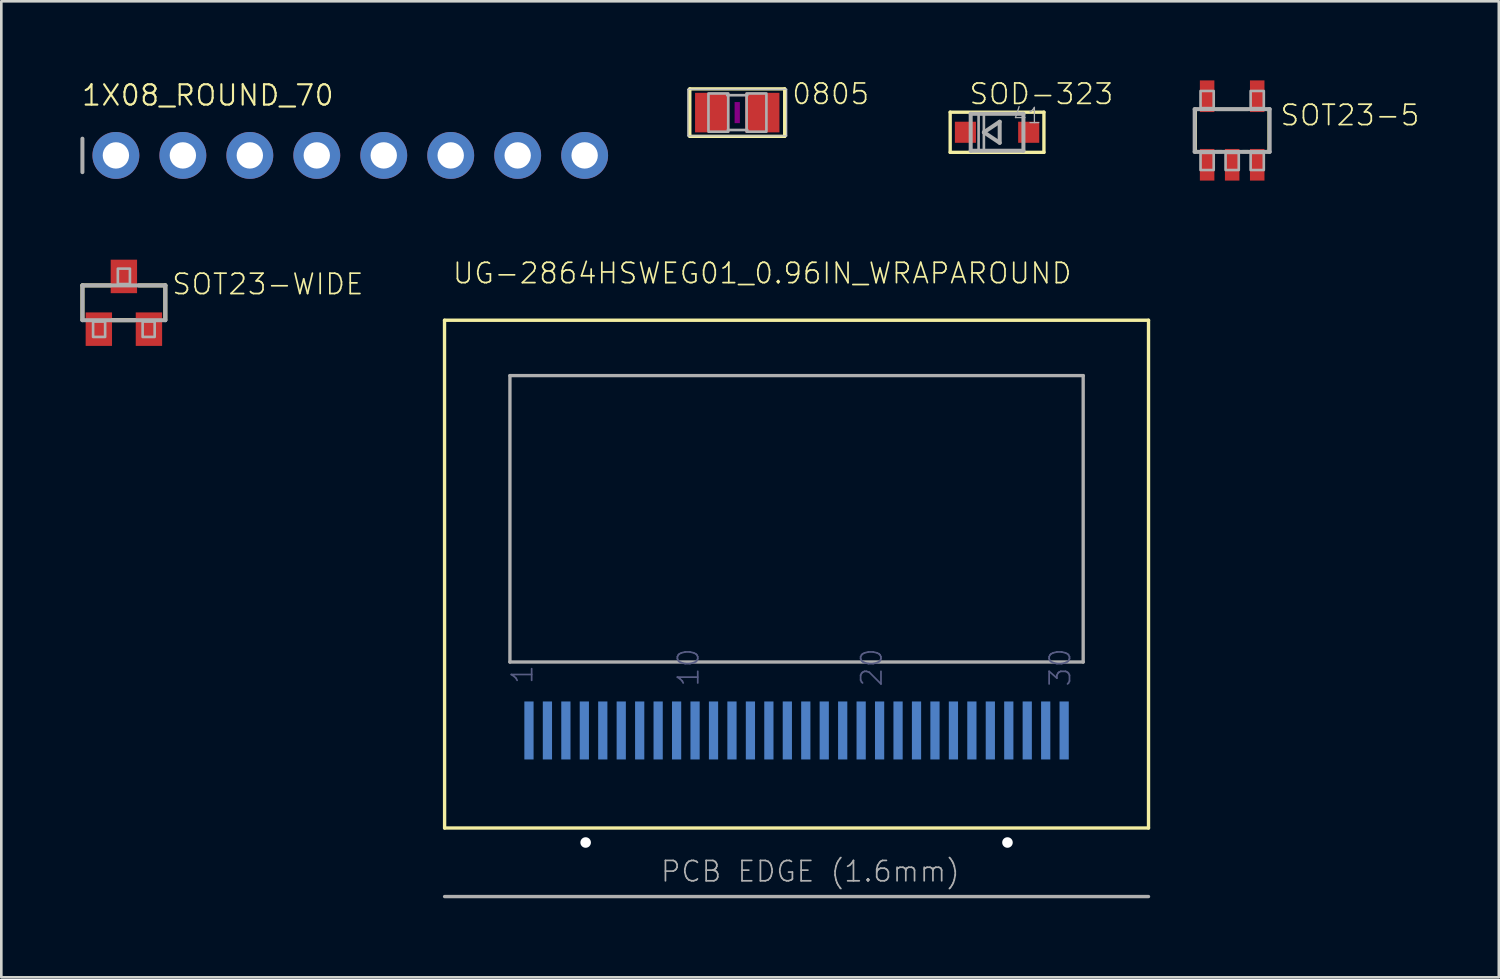
<source format=kicad_pcb>
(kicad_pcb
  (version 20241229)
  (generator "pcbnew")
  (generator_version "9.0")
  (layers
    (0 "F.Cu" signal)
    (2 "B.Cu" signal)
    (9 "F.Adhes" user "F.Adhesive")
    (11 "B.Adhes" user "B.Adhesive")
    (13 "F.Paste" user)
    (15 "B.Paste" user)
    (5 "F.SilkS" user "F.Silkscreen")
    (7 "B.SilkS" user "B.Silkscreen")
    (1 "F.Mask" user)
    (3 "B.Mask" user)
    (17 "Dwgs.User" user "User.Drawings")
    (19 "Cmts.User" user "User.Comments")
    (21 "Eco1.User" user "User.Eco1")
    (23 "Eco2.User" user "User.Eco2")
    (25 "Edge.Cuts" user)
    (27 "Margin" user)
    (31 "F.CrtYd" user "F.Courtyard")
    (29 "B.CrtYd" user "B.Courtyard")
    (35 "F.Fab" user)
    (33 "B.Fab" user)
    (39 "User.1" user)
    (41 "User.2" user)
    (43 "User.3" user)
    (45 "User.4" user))
  (footprint "SOT23-5"
    (layer "F.Cu")
    (at 43.687 1.9)
    (property "Reference" "SOT23-5" (at 1.778 -0.127 0) (layer "F.SilkS") (effects (font (size 0.772 0.772) (thickness 0.065)) (justify left bottom)))
    (attr through_hole)
    (fp_line (start -1.4 -0.8) (end -1.4 0.8) (stroke (width 0.127) (type solid)) (layer "F.SilkS"))
    (fp_line (start -1.4 0.8) (end -1.3 0.8) (stroke (width 0.127) (type solid)) (layer "F.SilkS"))
    (fp_line (start -1.3 -0.8) (end -1.4 -0.8) (stroke (width 0.127) (type solid)) (layer "F.SilkS"))
    (fp_line (start -0.6 -0.8) (end 0.6 -0.8) (stroke (width 0.127) (type solid)) (layer "F.SilkS"))
    (fp_line (start -0.6 0.8) (end -0.4 0.8) (stroke (width 0.127) (type solid)) (layer "F.SilkS"))
    (fp_line (start 0.4 0.8) (end 0.6 0.8) (stroke (width 0.127) (type solid)) (layer "F.SilkS"))
    (fp_line (start 1.3 -0.8) (end 1.4 -0.8) (stroke (width 0.127) (type solid)) (layer "F.SilkS"))
    (fp_line (start 1.4 -0.8) (end 1.4 0.8) (stroke (width 0.127) (type solid)) (layer "F.SilkS"))
    (fp_line (start 1.4 0.8) (end 1.3 0.8) (stroke (width 0.127) (type solid)) (layer "F.SilkS"))
    (fp_line (start -1.422 -0.81) (end 1.422 -0.81) (stroke (width 0.152) (type solid)) (layer "F.Fab"))
    (fp_line (start -1.422 0.81) (end -1.422 -0.81) (stroke (width 0.152) (type solid)) (layer "F.Fab"))
    (fp_line (start 1.422 -0.81) (end 1.422 0.81) (stroke (width 0.152) (type solid)) (layer "F.Fab"))
    (fp_line (start 1.422 0.81) (end -1.422 0.81) (stroke (width 0.152) (type solid)) (layer "F.Fab"))
    (fp_poly (pts (xy -1.2 -0.85) (xy -0.7 -0.85) (xy -0.7 -1.5) (xy -1.2 -1.5)) (stroke (width 0.1) (type solid)) (fill no) (layer "F.Fab"))
    (fp_poly (pts (xy -1.2 1.5) (xy -0.7 1.5) (xy -0.7 0.85) (xy -1.2 0.85)) (stroke (width 0.1) (type solid)) (fill no) (layer "F.Fab"))
    (fp_poly (pts (xy -0.25 1.5) (xy 0.25 1.5) (xy 0.25 0.85) (xy -0.25 0.85)) (stroke (width 0.1) (type solid)) (fill no) (layer "F.Fab"))
    (fp_poly (pts (xy 0.7 -0.85) (xy 1.2 -0.85) (xy 1.2 -1.5) (xy 0.7 -1.5)) (stroke (width 0.1) (type solid)) (fill no) (layer "F.Fab"))
    (fp_poly (pts (xy 0.7 1.5) (xy 1.2 1.5) (xy 1.2 0.85) (xy 0.7 0.85)) (stroke (width 0.1) (type solid)) (fill no) (layer "F.Fab"))
    (pad "1" smd rect (at -0.95 1.3) (size 0.55 1.2) (layers "F.Cu" "F.Mask" "F.Paste"))
    (pad "2" smd rect (at 0 1.3) (size 0.55 1.2) (layers "F.Cu" "F.Mask" "F.Paste"))
    (pad "3" smd rect (at 0.95 1.3) (size 0.55 1.2) (layers "F.Cu" "F.Mask" "F.Paste"))
    (pad "4" smd rect (at 0.95 -1.3) (size 0.55 1.2) (layers "F.Cu" "F.Mask" "F.Paste"))
    (pad "5" smd rect (at -0.95 -1.3) (size 0.55 1.2) (layers "F.Cu" "F.Mask" "F.Paste")))
  (footprint "SOD-323"
    (layer "F.Cu")
    (at 34.769 1.967)
    (property "Reference" "SOD-323" (at -1.1 -1 0) (layer "F.SilkS") (effects (font (size 0.772 0.772) (thickness 0.065)) (justify left bottom)))
    (attr through_hole)
    (fp_line (start -1.778 -0.762) (end 1.778 -0.762) (stroke (width 0.127) (type solid)) (layer "F.SilkS"))
    (fp_line (start -1.778 0.762) (end -1.778 -0.762) (stroke (width 0.127) (type solid)) (layer "F.SilkS"))
    (fp_line (start 1.778 -0.762) (end 1.778 0.762) (stroke (width 0.127) (type solid)) (layer "F.SilkS"))
    (fp_line (start 1.778 0.762) (end -1.778 0.762) (stroke (width 0.127) (type solid)) (layer "F.SilkS"))
    (fp_line (start -1 -0.7) (end 1 -0.7) (stroke (width 0.152) (type solid)) (layer "F.Fab"))
    (fp_line (start -1 0.7) (end -1 -0.7) (stroke (width 0.152) (type solid)) (layer "F.Fab"))
    (fp_line (start -0.5 0) (end 0.1 -0.4) (stroke (width 0.152) (type solid)) (layer "F.Fab"))
    (fp_line (start 0.1 -0.4) (end 0.1 0.4) (stroke (width 0.152) (type solid)) (layer "F.Fab"))
    (fp_line (start 0.1 0.4) (end -0.5 0) (stroke (width 0.152) (type solid)) (layer "F.Fab"))
    (fp_line (start 1 -0.7) (end 1 0.7) (stroke (width 0.152) (type solid)) (layer "F.Fab"))
    (fp_line (start 1 0.7) (end -1 0.7) (stroke (width 0.152) (type solid)) (layer "F.Fab"))
    (fp_poly (pts (xy -0.7 0.7) (xy -0.5 0.7) (xy -0.5 -0.7) (xy -0.7 -0.7)) (stroke (width 0.1) (type solid)) (fill no) (layer "F.Fab"))
    (fp_text user "41" (at 0.557 -0.292 180) (layer "F.Fab") (effects (font (size 0.579 0.579) (thickness 0.049)) (justify left bottom)))
    (pad "A" smd rect (at 1.2 0) (size 0.8 0.8) (layers "F.Cu" "F.Mask" "F.Paste"))
    (pad "C" smd rect (at -1.2 0) (size 0.8 0.8) (layers "F.Cu" "F.Mask" "F.Paste")))
  (footprint "UG-2864HSWEG01_0.96IN_WRAPAROUND"
    (layer "F.Cu")
    (at 27.164 23.457)
    (property "Reference" "UG-2864HSWEG01_0.96IN_WRAPAROUND" (at -13.09 -15.69 0) (layer "F.SilkS") (effects (font (size 0.772 0.772) (thickness 0.065)) (justify left bottom)))
    (attr through_hole)
    (fp_line (start -13.353 -14.36) (end 13.35 -14.36) (stroke (width 0.127) (type solid)) (layer "F.SilkS"))
    (fp_line (start -13.35 4.9) (end -13.353 -14.36) (stroke (width 0.127) (type solid)) (layer "F.SilkS"))
    (fp_line (start 13.35 -14.36) (end 13.35 4.9) (stroke (width 0.127) (type solid)) (layer "F.SilkS"))
    (fp_line (start 13.35 4.9) (end -13.35 4.9) (stroke (width 0.127) (type solid)) (layer "F.SilkS"))
    (fp_line (start -10.872 -12.26) (end 10.872 -12.26) (stroke (width 0.127) (type solid)) (layer "F.Fab"))
    (fp_line (start -10.872 -1.396) (end -10.872 -12.26) (stroke (width 0.127) (type solid)) (layer "F.Fab"))
    (fp_line (start 10.872 -12.26) (end 10.872 -1.396) (stroke (width 0.127) (type solid)) (layer "F.Fab"))
    (fp_line (start 10.872 -1.396) (end -10.872 -1.396) (stroke (width 0.127) (type solid)) (layer "F.Fab"))
    (fp_line (start 13.35 7.5) (end -13.35 7.5) (stroke (width 0.127) (type solid)) (layer "F.Fab"))
    (fp_text user "1" (at -9.95 -0.512 90) (layer "B.Fab") (effects (font (size 0.772 0.772) (thickness 0.065)) (justify left bottom)))
    (fp_text user "30" (at 10.45 -0.412 90) (layer "B.Fab") (effects (font (size 0.772 0.772) (thickness 0.065)) (justify left bottom)))
    (fp_text user "10" (at -3.65 -0.412 90) (layer "B.Fab") (effects (font (size 0.772 0.772) (thickness 0.065)) (justify left bottom)))
    (fp_text user "20" (at 3.3 -0.412 90) (layer "B.Fab") (effects (font (size 0.772 0.772) (thickness 0.065)) (justify left bottom)))
    (fp_text user "PCB EDGE (1.6mm)" (at -5.2 7 0) (layer "F.Fab") (effects (font (size 0.772 0.772) (thickness 0.065)) (justify left bottom)))
    (pad "" np_thru_hole circle (at -8 5.45) (size 0.4 0.4) (drill 0.4) (layers "*.Cu"))
    (pad "" np_thru_hole circle (at 8 5.45) (size 0.4 0.4) (drill 0.4) (layers "*.Cu"))
    (pad "1" smd rect (at -10.15 1.2 90) (size 2.2 0.35) (layers "B.Cu" "B.Mask" "B.Paste"))
    (pad "2" smd rect (at -9.45 1.2 90) (size 2.2 0.35) (layers "B.Cu" "B.Mask" "B.Paste"))
    (pad "3" smd rect (at -8.75 1.2 90) (size 2.2 0.35) (layers "B.Cu" "B.Mask" "B.Paste"))
    (pad "4" smd rect (at -8.05 1.2 90) (size 2.2 0.35) (layers "B.Cu" "B.Mask" "B.Paste"))
    (pad "5" smd rect (at -7.35 1.2 90) (size 2.2 0.35) (layers "B.Cu" "B.Mask" "B.Paste"))
    (pad "6" smd rect (at -6.65 1.2 90) (size 2.2 0.35) (layers "B.Cu" "B.Mask" "B.Paste"))
    (pad "7" smd rect (at -5.95 1.2 90) (size 2.2 0.35) (layers "B.Cu" "B.Mask" "B.Paste"))
    (pad "8" smd rect (at -5.25 1.2 90) (size 2.2 0.35) (layers "B.Cu" "B.Mask" "B.Paste"))
    (pad "9" smd rect (at -4.55 1.2 90) (size 2.2 0.35) (layers "B.Cu" "B.Mask" "B.Paste"))
    (pad "10" smd rect (at -3.85 1.2 90) (size 2.2 0.35) (layers "B.Cu" "B.Mask" "B.Paste"))
    (pad "11" smd rect (at -3.15 1.2 90) (size 2.2 0.35) (layers "B.Cu" "B.Mask" "B.Paste"))
    (pad "12" smd rect (at -2.45 1.2 90) (size 2.2 0.35) (layers "B.Cu" "B.Mask" "B.Paste"))
    (pad "13" smd rect (at -1.75 1.2 90) (size 2.2 0.35) (layers "B.Cu" "B.Mask" "B.Paste"))
    (pad "14" smd rect (at -1.05 1.2 90) (size 2.2 0.35) (layers "B.Cu" "B.Mask" "B.Paste"))
    (pad "15" smd rect (at -0.35 1.2 90) (size 2.2 0.35) (layers "B.Cu" "B.Mask" "B.Paste"))
    (pad "16" smd rect (at 0.35 1.2 90) (size 2.2 0.35) (layers "B.Cu" "B.Mask" "B.Paste"))
    (pad "17" smd rect (at 1.05 1.2 90) (size 2.2 0.35) (layers "B.Cu" "B.Mask" "B.Paste"))
    (pad "18" smd rect (at 1.75 1.2 90) (size 2.2 0.35) (layers "B.Cu" "B.Mask" "B.Paste"))
    (pad "19" smd rect (at 2.45 1.2 90) (size 2.2 0.35) (layers "B.Cu" "B.Mask" "B.Paste"))
    (pad "20" smd rect (at 3.15 1.2 90) (size 2.2 0.35) (layers "B.Cu" "B.Mask" "B.Paste"))
    (pad "21" smd rect (at 3.85 1.2 90) (size 2.2 0.35) (layers "B.Cu" "B.Mask" "B.Paste"))
    (pad "22" smd rect (at 4.55 1.2 90) (size 2.2 0.35) (layers "B.Cu" "B.Mask" "B.Paste"))
    (pad "23" smd rect (at 5.25 1.2 90) (size 2.2 0.35) (layers "B.Cu" "B.Mask" "B.Paste"))
    (pad "24" smd rect (at 5.95 1.2 90) (size 2.2 0.35) (layers "B.Cu" "B.Mask" "B.Paste"))
    (pad "25" smd rect (at 6.65 1.2 90) (size 2.2 0.35) (layers "B.Cu" "B.Mask" "B.Paste"))
    (pad "26" smd rect (at 7.35 1.2 90) (size 2.2 0.35) (layers "B.Cu" "B.Mask" "B.Paste"))
    (pad "27" smd rect (at 8.05 1.2 90) (size 2.2 0.35) (layers "B.Cu" "B.Mask" "B.Paste"))
    (pad "28" smd rect (at 8.75 1.2 90) (size 2.2 0.35) (layers "B.Cu" "B.Mask" "B.Paste"))
    (pad "29" smd rect (at 9.45 1.2 90) (size 2.2 0.35) (layers "B.Cu" "B.Mask" "B.Paste"))
    (pad "30" smd rect (at 10.15 1.2 90) (size 2.2 0.35) (layers "B.Cu" "B.Mask" "B.Paste")))
  (footprint "0805"
    (layer "F.Cu")
    (at 24.914 1.221)
    (property "Reference" "0805" (at 2.032 -0.254 0) (layer "F.SilkS") (effects (font (size 0.772 0.772) (thickness 0.065)) (justify left bottom)))
    (attr through_hole)
    (fp_line (start -1.8 -0.9) (end 1.8 -0.9) (stroke (width 0.127) (type solid)) (layer "F.SilkS"))
    (fp_line (start -1.8 0.9) (end -1.8 -0.9) (stroke (width 0.127) (type solid)) (layer "F.SilkS"))
    (fp_line (start 1.8 -0.9) (end 1.8 0.9) (stroke (width 0.127) (type solid)) (layer "F.SilkS"))
    (fp_line (start 1.8 0.9) (end -1.8 0.9) (stroke (width 0.127) (type solid)) (layer "F.SilkS"))
    (fp_poly (pts (xy -0.1 0.4) (xy 0.1 0.4) (xy 0.1 -0.4) (xy -0.1 -0.4)) (stroke (width 0) (type solid)) (fill yes) (layer "F.Adhes"))
    (fp_line (start -1.873 -0.883) (end 1.873 -0.883) (stroke (width 0.051) (type solid)) (layer "Dwgs.User"))
    (fp_line (start -1.873 0.883) (end -1.873 -0.883) (stroke (width 0.051) (type solid)) (layer "Dwgs.User"))
    (fp_line (start 1.873 -0.883) (end 1.873 0.883) (stroke (width 0.051) (type solid)) (layer "Dwgs.User"))
    (fp_line (start 1.873 0.883) (end -1.873 0.883) (stroke (width 0.051) (type solid)) (layer "Dwgs.User"))
    (fp_line (start -0.381 -0.66) (end 0.381 -0.66) (stroke (width 0.102) (type solid)) (layer "F.Fab"))
    (fp_line (start -0.356 0.66) (end 0.381 0.66) (stroke (width 0.102) (type solid)) (layer "F.Fab"))
    (fp_poly (pts (xy -1.092 0.724) (xy -0.342 0.724) (xy -0.342 -0.726) (xy -1.092 -0.726)) (stroke (width 0.1) (type solid)) (fill no) (layer "F.Fab"))
    (fp_poly (pts (xy 0.356 0.724) (xy 1.106 0.724) (xy 1.106 -0.726) (xy 0.356 -0.726)) (stroke (width 0.1) (type solid)) (fill no) (layer "F.Fab"))
    (pad "1" smd rect (at -0.95 0) (size 1.3 1.5) (layers "F.Cu" "F.Mask" "F.Paste"))
    (pad "2" smd rect (at 0.95 0) (size 1.3 1.5) (layers "F.Cu" "F.Mask" "F.Paste")))
  (footprint "SOT23-WIDE"
    (layer "F.Cu")
    (at 1.649 8.435)
    (property "Reference" "SOT23-WIDE" (at 1.778 -0.254 0) (layer "F.SilkS") (effects (font (size 0.772 0.772) (thickness 0.065)) (justify left bottom)))
    (attr through_hole)
    (fp_line (start -1.572 -0.66) (end -0.514 -0.66) (stroke (width 0.152) (type solid)) (layer "F.SilkS"))
    (fp_line (start -1.572 0.652) (end -1.572 -0.66) (stroke (width 0.152) (type solid)) (layer "F.SilkS"))
    (fp_line (start 0.422 0.66) (end -0.436 0.66) (stroke (width 0.152) (type solid)) (layer "F.SilkS"))
    (fp_line (start 0.564 -0.66) (end 1.572 -0.66) (stroke (width 0.152) (type solid)) (layer "F.SilkS"))
    (fp_line (start 1.572 -0.66) (end 1.572 0.652) (stroke (width 0.152) (type solid)) (layer "F.SilkS"))
    (fp_line (start -1.572 -0.66) (end 1.572 -0.66) (stroke (width 0.152) (type solid)) (layer "F.Fab"))
    (fp_line (start -1.572 0.66) (end -1.572 -0.66) (stroke (width 0.152) (type solid)) (layer "F.Fab"))
    (fp_line (start 1.572 -0.66) (end 1.572 0.66) (stroke (width 0.152) (type solid)) (layer "F.Fab"))
    (fp_line (start 1.572 0.66) (end -1.572 0.66) (stroke (width 0.152) (type solid)) (layer "F.Fab"))
    (fp_poly (pts (xy -1.168 1.295) (xy -0.711 1.295) (xy -0.711 0.711) (xy -1.168 0.711)) (stroke (width 0.1) (type solid)) (fill no) (layer "F.Fab"))
    (fp_poly (pts (xy -0.229 -0.711) (xy 0.229 -0.711) (xy 0.229 -1.295) (xy -0.229 -1.295)) (stroke (width 0.1) (type solid)) (fill no) (layer "F.Fab"))
    (fp_poly (pts (xy 0.711 1.295) (xy 1.168 1.295) (xy 1.168 0.711) (xy 0.711 0.711)) (stroke (width 0.1) (type solid)) (fill no) (layer "F.Fab"))
    (pad "1" smd rect (at -0.95 1) (size 1 1.27) (layers "F.Cu" "F.Mask" "F.Paste"))
    (pad "2" smd rect (at 0.95 1) (size 1 1.27) (layers "F.Cu" "F.Mask" "F.Paste"))
    (pad "3" smd rect (at 0 -1) (size 1 1.27) (layers "F.Cu" "F.Mask" "F.Paste")))
  (footprint "1X08_ROUND_70"
    (layer "F.Cu")
    (at 10.236 2.845)
    (property "Reference" "1X08_ROUND_70" (at -10.236 -1.829 0) (layer "F.SilkS") (effects (font (size 0.772 0.772) (thickness 0.081)) (justify left bottom)))
    (attr through_hole)
    (fp_line (start -10.16 -0.635) (end -10.16 0.635) (stroke (width 0.152) (type solid)) (layer "F.Fab"))
    (fp_poly (pts (xy -9.144 0.254) (xy -8.636 0.254) (xy -8.636 -0.254) (xy -9.144 -0.254)) (stroke (width 0.1) (type solid)) (fill no) (layer "F.Fab"))
    (fp_poly (pts (xy -6.604 0.254) (xy -6.096 0.254) (xy -6.096 -0.254) (xy -6.604 -0.254)) (stroke (width 0.1) (type solid)) (fill no) (layer "F.Fab"))
    (fp_poly (pts (xy -4.064 0.254) (xy -3.556 0.254) (xy -3.556 -0.254) (xy -4.064 -0.254)) (stroke (width 0.1) (type solid)) (fill no) (layer "F.Fab"))
    (fp_poly (pts (xy -1.524 0.254) (xy -1.016 0.254) (xy -1.016 -0.254) (xy -1.524 -0.254)) (stroke (width 0.1) (type solid)) (fill no) (layer "F.Fab"))
    (fp_poly (pts (xy 1.016 0.254) (xy 1.524 0.254) (xy 1.524 -0.254) (xy 1.016 -0.254)) (stroke (width 0.1) (type solid)) (fill no) (layer "F.Fab"))
    (fp_poly (pts (xy 3.556 0.254) (xy 4.064 0.254) (xy 4.064 -0.254) (xy 3.556 -0.254)) (stroke (width 0.1) (type solid)) (fill no) (layer "F.Fab"))
    (fp_poly (pts (xy 6.096 0.254) (xy 6.604 0.254) (xy 6.604 -0.254) (xy 6.096 -0.254)) (stroke (width 0.1) (type solid)) (fill no) (layer "F.Fab"))
    (fp_poly (pts (xy 8.636 0.254) (xy 9.144 0.254) (xy 9.144 -0.254) (xy 8.636 -0.254)) (stroke (width 0.1) (type solid)) (fill no) (layer "F.Fab"))
    (pad "1" thru_hole circle (at -8.89 0 90) (size 1.778 1.778) (drill 1) (layers "*.Cu" "*.Mask"))
    (pad "2" thru_hole circle (at -6.35 0 90) (size 1.778 1.778) (drill 1) (layers "*.Cu" "*.Mask"))
    (pad "3" thru_hole circle (at -3.81 0 90) (size 1.778 1.778) (drill 1) (layers "*.Cu" "*.Mask"))
    (pad "4" thru_hole circle (at -1.27 0 90) (size 1.778 1.778) (drill 1) (layers "*.Cu" "*.Mask"))
    (pad "5" thru_hole circle (at 1.27 0 90) (size 1.778 1.778) (drill 1) (layers "*.Cu" "*.Mask"))
    (pad "6" thru_hole circle (at 3.81 0 90) (size 1.778 1.778) (drill 1) (layers "*.Cu" "*.Mask"))
    (pad "7" thru_hole circle (at 6.35 0 90) (size 1.778 1.778) (drill 1) (layers "*.Cu" "*.Mask"))
    (pad "8" thru_hole circle (at 8.89 0 90) (size 1.778 1.778) (drill 1) (layers "*.Cu" "*.Mask")))
  (gr_rect
    (start -3 -3)
    (end 53.801 34.021)
    (stroke (width 0.1) (type default))
    (fill no)
    (layer "Edge.Cuts")))
</source>
